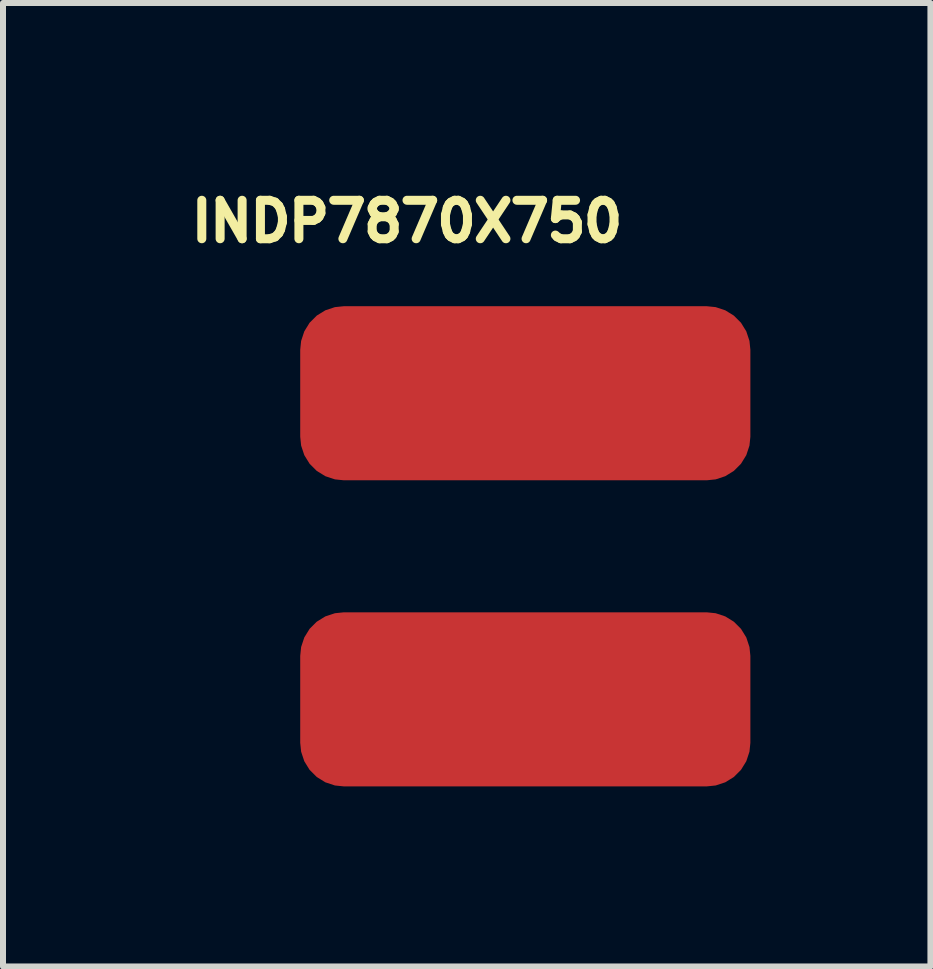
<source format=kicad_pcb>
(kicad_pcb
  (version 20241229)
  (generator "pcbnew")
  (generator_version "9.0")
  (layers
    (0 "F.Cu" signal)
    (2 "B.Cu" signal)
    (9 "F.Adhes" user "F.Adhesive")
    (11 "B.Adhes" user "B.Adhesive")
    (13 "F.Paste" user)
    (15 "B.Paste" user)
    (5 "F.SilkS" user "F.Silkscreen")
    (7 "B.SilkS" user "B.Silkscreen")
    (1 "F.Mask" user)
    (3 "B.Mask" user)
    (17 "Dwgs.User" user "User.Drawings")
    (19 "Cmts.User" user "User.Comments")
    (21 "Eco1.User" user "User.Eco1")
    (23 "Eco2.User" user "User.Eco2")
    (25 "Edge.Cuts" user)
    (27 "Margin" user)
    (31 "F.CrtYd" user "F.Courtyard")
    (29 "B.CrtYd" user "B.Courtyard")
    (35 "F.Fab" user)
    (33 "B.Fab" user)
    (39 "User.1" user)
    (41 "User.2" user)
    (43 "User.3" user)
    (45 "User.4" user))
  (footprint "INDP7870X750"
    (layer "F.Cu")
    (at 5.702 6.052)
    (property "Reference" "INDP7870X750" (at -1.971 -5.413 0) (layer "F.SilkS") (effects (font (size 0.641 0.641) (thickness 0.15))))
    (attr through_hole)
    (pad "1" smd roundrect (at 0 -2.55) (size 7.5 2.9) (layers "F.Cu" "F.Mask" "F.Paste") (roundrect_rratio 0.25))
    (pad "2" smd roundrect (at 0 2.55 180) (size 7.5 2.9) (layers "F.Cu" "F.Mask" "F.Paste") (roundrect_rratio 0.25)))
  (gr_rect
    (start -3 -3)
    (end 12.452 13.052)
    (stroke (width 0.1) (type default))
    (fill no)
    (layer "Edge.Cuts")))
</source>
